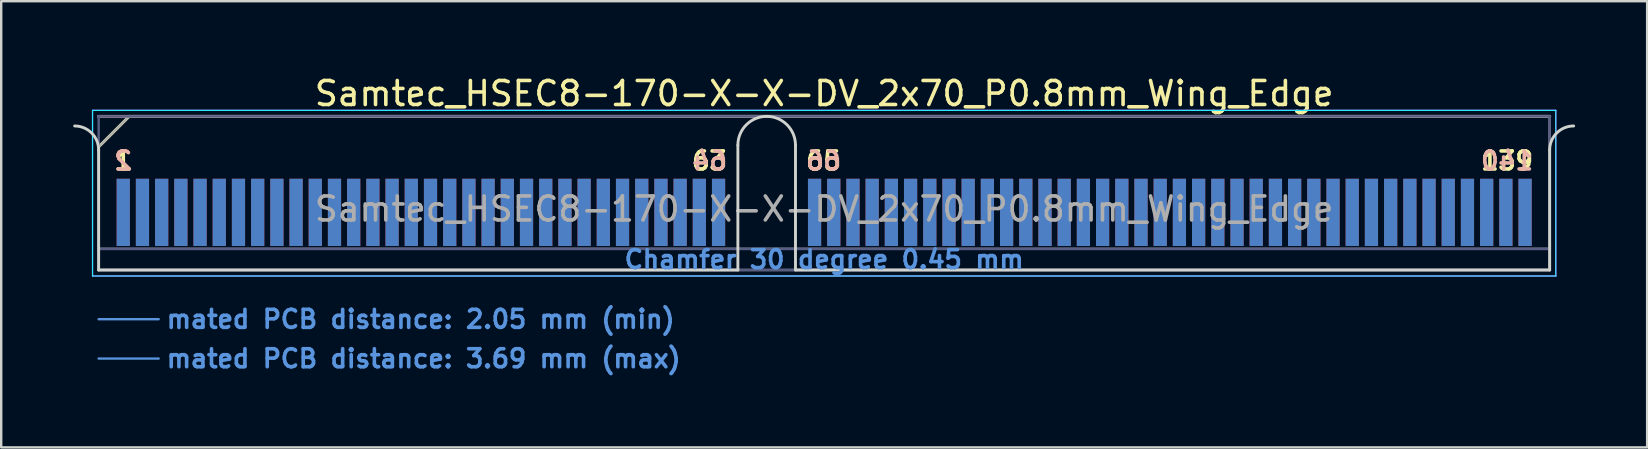
<source format=kicad_pcb>
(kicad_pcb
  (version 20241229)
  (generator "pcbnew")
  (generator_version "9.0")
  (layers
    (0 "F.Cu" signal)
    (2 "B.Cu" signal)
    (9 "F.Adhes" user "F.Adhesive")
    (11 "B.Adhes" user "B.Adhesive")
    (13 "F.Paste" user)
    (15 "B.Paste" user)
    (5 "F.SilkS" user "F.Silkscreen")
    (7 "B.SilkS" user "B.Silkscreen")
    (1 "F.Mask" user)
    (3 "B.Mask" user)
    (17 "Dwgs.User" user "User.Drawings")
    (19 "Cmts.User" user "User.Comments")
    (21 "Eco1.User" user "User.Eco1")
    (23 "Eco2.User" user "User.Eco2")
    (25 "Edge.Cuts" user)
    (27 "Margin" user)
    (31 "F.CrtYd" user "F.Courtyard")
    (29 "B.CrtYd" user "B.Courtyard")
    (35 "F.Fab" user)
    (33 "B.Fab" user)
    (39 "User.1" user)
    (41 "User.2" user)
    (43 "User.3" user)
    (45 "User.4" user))
  (footprint "Samtec_HSEC8-170-X-X-DV_2x70_P0.8mm_Wing_Edge"
    (layer "F.Cu")
    (at 31.285 8.198)
    (property "Reference" "Samtec_HSEC8-170-X-X-DV_2x70_P0.8mm_Wing_Edge" (at 0 -7.35 0) (layer "F.SilkS") (effects (font (size 1 1) (thickness 0.15))))
    (attr exclude_from_pos_files exclude_from_bom)
    (fp_line (start -30.225 -5.13) (end -28.955 -6.4) (stroke (width 0.12) (type solid)) (layer "F.SilkS"))
    (fp_line (start -28.955 -6.4) (end 30.225 -6.4) (stroke (width 0.12) (type solid)) (layer "F.SilkS"))
    (fp_line (start -30.225 -6.4) (end -30.225 -6.4) (stroke (width 0.12) (type solid)) (layer "B.SilkS"))
    (fp_line (start -30.225 -6.4) (end 30.225 -6.4) (stroke (width 0.12) (type solid)) (layer "B.SilkS"))
    (fp_line (start -30.225 2.05) (end -27.725 2.05) (stroke (width 0.1) (type solid)) (layer "Cmts.User"))
    (fp_line (start -30.225 3.69) (end -27.725 3.69) (stroke (width 0.1) (type solid)) (layer "Cmts.User"))
    (fp_line (start -30.225 -5) (end -30.225 0) (stroke (width 0.12) (type solid)) (layer "Edge.Cuts"))
    (fp_line (start -30.225 0) (end -3.595 0) (stroke (width 0.12) (type solid)) (layer "Edge.Cuts"))
    (fp_line (start -3.595 0) (end -3.595 -5.2) (stroke (width 0.12) (type solid)) (layer "Edge.Cuts"))
    (fp_line (start -1.195 -5.2) (end -1.195 0) (stroke (width 0.12) (type solid)) (layer "Edge.Cuts"))
    (fp_line (start -1.195 0) (end 30.225 0) (stroke (width 0.12) (type solid)) (layer "Edge.Cuts"))
    (fp_line (start 30.225 0) (end 30.225 -5) (stroke (width 0.12) (type solid)) (layer "Edge.Cuts"))
    (fp_arc (start -31.225 -6) (mid -30.517893 -5.707107) (end -30.225 -5) (stroke (width 0.12) (type solid)) (layer "Edge.Cuts"))
    (fp_arc (start -3.595 -5.2) (mid -2.395 -6.4) (end -1.195 -5.2) (stroke (width 0.12) (type solid)) (layer "Edge.Cuts"))
    (fp_arc (start 30.225 -5) (mid 30.517893 -5.707107) (end 31.225 -6) (stroke (width 0.12) (type solid)) (layer "Edge.Cuts"))
    (fp_line (start -30.48 -6.65) (end -30.48 0.25) (stroke (width 0.05) (type solid)) (layer "B.CrtYd"))
    (fp_line (start -30.48 0.25) (end 30.48 0.25) (stroke (width 0.05) (type solid)) (layer "B.CrtYd"))
    (fp_line (start 30.48 -6.65) (end -30.48 -6.65) (stroke (width 0.05) (type solid)) (layer "B.CrtYd"))
    (fp_line (start 30.48 0.25) (end 30.48 -6.65) (stroke (width 0.05) (type solid)) (layer "B.CrtYd"))
    (fp_line (start -30.48 -6.65) (end -30.48 0.25) (stroke (width 0.05) (type solid)) (layer "F.CrtYd"))
    (fp_line (start -30.48 0.25) (end 30.48 0.25) (stroke (width 0.05) (type solid)) (layer "F.CrtYd"))
    (fp_line (start 30.48 -6.65) (end -30.48 -6.65) (stroke (width 0.05) (type solid)) (layer "F.CrtYd"))
    (fp_line (start 30.48 0.25) (end 30.48 -6.65) (stroke (width 0.05) (type solid)) (layer "F.CrtYd"))
    (fp_line (start -30.225 -6.4) (end -30.225 -6.4) (stroke (width 0.1) (type solid)) (layer "B.Fab"))
    (fp_line (start -30.225 -6.4) (end -30.225 0) (stroke (width 0.1) (type solid)) (layer "B.Fab"))
    (fp_line (start -30.225 -6.4) (end 30.225 -6.4) (stroke (width 0.1) (type solid)) (layer "B.Fab"))
    (fp_line (start -30.225 -0.88) (end 30.225 -0.88) (stroke (width 0.1) (type solid)) (layer "B.Fab"))
    (fp_line (start -30.225 0) (end 30.225 0) (stroke (width 0.1) (type solid)) (layer "B.Fab"))
    (fp_line (start 30.225 -6.4) (end 30.225 0) (stroke (width 0.1) (type solid)) (layer "B.Fab"))
    (fp_line (start -30.225 -5.13) (end -30.225 0) (stroke (width 0.1) (type solid)) (layer "F.Fab"))
    (fp_line (start -30.225 -5.13) (end -28.955 -6.4) (stroke (width 0.1) (type solid)) (layer "F.Fab"))
    (fp_line (start -30.225 -0.88) (end 30.225 -0.88) (stroke (width 0.1) (type solid)) (layer "F.Fab"))
    (fp_line (start -30.225 0) (end 30.225 0) (stroke (width 0.1) (type solid)) (layer "F.Fab"))
    (fp_line (start -28.955 -6.4) (end 30.225 -6.4) (stroke (width 0.1) (type solid)) (layer "F.Fab"))
    (fp_line (start 30.225 -6.4) (end 30.225 0) (stroke (width 0.1) (type solid)) (layer "F.Fab"))
    (fp_text user "65" (at -0.025 -4.55 0) (layer "F.SilkS") (effects (font (size 0.75 0.75) (thickness 0.15))))
    (fp_text user "63" (at -4.775 -4.55 0) (layer "F.SilkS") (effects (font (size 0.75 0.75) (thickness 0.15))))
    (fp_text user "139" (at 28.45 -4.55 0) (layer "F.SilkS") (effects (font (size 0.75 0.75) (thickness 0.15))))
    (fp_text user "1" (at -29.2 -4.55 0) (layer "F.SilkS") (effects (font (size 0.75 0.75) (thickness 0.15))))
    (fp_text user "2" (at -29.2 -4.55 0) (layer "B.SilkS") (effects (font (size 0.75 0.75) (thickness 0.15)) (justify mirror)))
    (fp_text user "66" (at -0.025 -4.55 0) (layer "B.SilkS") (effects (font (size 0.75 0.75) (thickness 0.15)) (justify mirror)))
    (fp_text user "64" (at -4.775 -4.55 0) (layer "B.SilkS") (effects (font (size 0.75 0.75) (thickness 0.15)) (justify mirror)))
    (fp_text user "140" (at 28.45 -4.55 0) (layer "B.SilkS") (effects (font (size 0.75 0.75) (thickness 0.15)) (justify mirror)))
    (fp_text user "mated PCB distance: 3.69 mm (max)" (at -27.48 3.69 0) (layer "Cmts.User") (effects (font (size 0.75 0.75) (thickness 0.15)) (justify left)))
    (fp_text user "mated PCB distance: 2.05 mm (min)" (at -27.48 2.05 0) (layer "Cmts.User") (effects (font (size 0.75 0.75) (thickness 0.15)) (justify left)))
    (fp_text user "Chamfer 30 degree 0.45 mm" (at 0 -0.44 0) (layer "Cmts.User") (effects (font (size 0.75 0.75) (thickness 0.15))))
    (fp_text user "${REFERENCE}" (at 0 -2.54 0) (layer "F.Fab") (effects (font (size 1 1) (thickness 0.15))))
    (pad "1" connect rect (at -29.2 -2.4) (size 0.55 2.8) (layers "F.Cu" "F.Mask"))
    (pad "2" connect rect (at -29.2 -2.4) (size 0.55 2.8) (layers "B.Cu" "B.Mask"))
    (pad "3" connect rect (at -28.4 -2.4) (size 0.55 2.8) (layers "F.Cu" "F.Mask"))
    (pad "4" connect rect (at -28.4 -2.4) (size 0.55 2.8) (layers "B.Cu" "B.Mask"))
    (pad "5" connect rect (at -27.6 -2.4) (size 0.55 2.8) (layers "F.Cu" "F.Mask"))
    (pad "6" connect rect (at -27.6 -2.4) (size 0.55 2.8) (layers "B.Cu" "B.Mask"))
    (pad "7" connect rect (at -26.8 -2.4) (size 0.55 2.8) (layers "F.Cu" "F.Mask"))
    (pad "8" connect rect (at -26.8 -2.4) (size 0.55 2.8) (layers "B.Cu" "B.Mask"))
    (pad "9" connect rect (at -26 -2.4) (size 0.55 2.8) (layers "F.Cu" "F.Mask"))
    (pad "10" connect rect (at -26 -2.4) (size 0.55 2.8) (layers "B.Cu" "B.Mask"))
    (pad "11" connect rect (at -25.2 -2.4) (size 0.55 2.8) (layers "F.Cu" "F.Mask"))
    (pad "12" connect rect (at -25.2 -2.4) (size 0.55 2.8) (layers "B.Cu" "B.Mask"))
    (pad "13" connect rect (at -24.4 -2.4) (size 0.55 2.8) (layers "F.Cu" "F.Mask"))
    (pad "14" connect rect (at -24.4 -2.4) (size 0.55 2.8) (layers "B.Cu" "B.Mask"))
    (pad "15" connect rect (at -23.6 -2.4) (size 0.55 2.8) (layers "F.Cu" "F.Mask"))
    (pad "16" connect rect (at -23.6 -2.4) (size 0.55 2.8) (layers "B.Cu" "B.Mask"))
    (pad "17" connect rect (at -22.8 -2.4) (size 0.55 2.8) (layers "F.Cu" "F.Mask"))
    (pad "18" connect rect (at -22.8 -2.4) (size 0.55 2.8) (layers "B.Cu" "B.Mask"))
    (pad "19" connect rect (at -22 -2.4) (size 0.55 2.8) (layers "F.Cu" "F.Mask"))
    (pad "20" connect rect (at -22 -2.4) (size 0.55 2.8) (layers "B.Cu" "B.Mask"))
    (pad "21" connect rect (at -21.2 -2.4) (size 0.55 2.8) (layers "F.Cu" "F.Mask"))
    (pad "22" connect rect (at -21.2 -2.4) (size 0.55 2.8) (layers "B.Cu" "B.Mask"))
    (pad "23" connect rect (at -20.4 -2.4) (size 0.55 2.8) (layers "F.Cu" "F.Mask"))
    (pad "24" connect rect (at -20.4 -2.4) (size 0.55 2.8) (layers "B.Cu" "B.Mask"))
    (pad "25" connect rect (at -19.6 -2.4) (size 0.55 2.8) (layers "F.Cu" "F.Mask"))
    (pad "26" connect rect (at -19.6 -2.4) (size 0.55 2.8) (layers "B.Cu" "B.Mask"))
    (pad "27" connect rect (at -18.8 -2.4) (size 0.55 2.8) (layers "F.Cu" "F.Mask"))
    (pad "28" connect rect (at -18.8 -2.4) (size 0.55 2.8) (layers "B.Cu" "B.Mask"))
    (pad "29" connect rect (at -18 -2.4) (size 0.55 2.8) (layers "F.Cu" "F.Mask"))
    (pad "30" connect rect (at -18 -2.4) (size 0.55 2.8) (layers "B.Cu" "B.Mask"))
    (pad "31" connect rect (at -17.2 -2.4) (size 0.55 2.8) (layers "F.Cu" "F.Mask"))
    (pad "32" connect rect (at -17.2 -2.4) (size 0.55 2.8) (layers "B.Cu" "B.Mask"))
    (pad "33" connect rect (at -16.4 -2.4) (size 0.55 2.8) (layers "F.Cu" "F.Mask"))
    (pad "34" connect rect (at -16.4 -2.4) (size 0.55 2.8) (layers "B.Cu" "B.Mask"))
    (pad "35" connect rect (at -15.6 -2.4) (size 0.55 2.8) (layers "F.Cu" "F.Mask"))
    (pad "36" connect rect (at -15.6 -2.4) (size 0.55 2.8) (layers "B.Cu" "B.Mask"))
    (pad "37" connect rect (at -14.8 -2.4) (size 0.55 2.8) (layers "F.Cu" "F.Mask"))
    (pad "38" connect rect (at -14.8 -2.4) (size 0.55 2.8) (layers "B.Cu" "B.Mask"))
    (pad "39" connect rect (at -14 -2.4) (size 0.55 2.8) (layers "F.Cu" "F.Mask"))
    (pad "40" connect rect (at -14 -2.4) (size 0.55 2.8) (layers "B.Cu" "B.Mask"))
    (pad "41" connect rect (at -13.2 -2.4) (size 0.55 2.8) (layers "F.Cu" "F.Mask"))
    (pad "42" connect rect (at -13.2 -2.4) (size 0.55 2.8) (layers "B.Cu" "B.Mask"))
    (pad "43" connect rect (at -12.4 -2.4) (size 0.55 2.8) (layers "F.Cu" "F.Mask"))
    (pad "44" connect rect (at -12.4 -2.4) (size 0.55 2.8) (layers "B.Cu" "B.Mask"))
    (pad "45" connect rect (at -11.6 -2.4) (size 0.55 2.8) (layers "F.Cu" "F.Mask"))
    (pad "46" connect rect (at -11.6 -2.4) (size 0.55 2.8) (layers "B.Cu" "B.Mask"))
    (pad "47" connect rect (at -10.8 -2.4) (size 0.55 2.8) (layers "F.Cu" "F.Mask"))
    (pad "48" connect rect (at -10.8 -2.4) (size 0.55 2.8) (layers "B.Cu" "B.Mask"))
    (pad "49" connect rect (at -10 -2.4) (size 0.55 2.8) (layers "F.Cu" "F.Mask"))
    (pad "50" connect rect (at -10 -2.4) (size 0.55 2.8) (layers "B.Cu" "B.Mask"))
    (pad "51" connect rect (at -9.2 -2.4) (size 0.55 2.8) (layers "F.Cu" "F.Mask"))
    (pad "52" connect rect (at -9.2 -2.4) (size 0.55 2.8) (layers "B.Cu" "B.Mask"))
    (pad "53" connect rect (at -8.4 -2.4) (size 0.55 2.8) (layers "F.Cu" "F.Mask"))
    (pad "54" connect rect (at -8.4 -2.4) (size 0.55 2.8) (layers "B.Cu" "B.Mask"))
    (pad "55" connect rect (at -7.6 -2.4) (size 0.55 2.8) (layers "F.Cu" "F.Mask"))
    (pad "56" connect rect (at -7.6 -2.4) (size 0.55 2.8) (layers "B.Cu" "B.Mask"))
    (pad "57" connect rect (at -6.8 -2.4) (size 0.55 2.8) (layers "F.Cu" "F.Mask"))
    (pad "58" connect rect (at -6.8 -2.4) (size 0.55 2.8) (layers "B.Cu" "B.Mask"))
    (pad "59" connect rect (at -6 -2.4) (size 0.55 2.8) (layers "F.Cu" "F.Mask"))
    (pad "60" connect rect (at -6 -2.4) (size 0.55 2.8) (layers "B.Cu" "B.Mask"))
    (pad "61" connect rect (at -5.2 -2.4) (size 0.55 2.8) (layers "F.Cu" "F.Mask"))
    (pad "62" connect rect (at -5.2 -2.4) (size 0.55 2.8) (layers "B.Cu" "B.Mask"))
    (pad "63" connect rect (at -4.4 -2.4) (size 0.55 2.8) (layers "F.Cu" "F.Mask"))
    (pad "64" connect rect (at -4.4 -2.4) (size 0.55 2.8) (layers "B.Cu" "B.Mask"))
    (pad "65" connect rect (at -0.4 -2.4) (size 0.55 2.8) (layers "F.Cu" "F.Mask"))
    (pad "66" connect rect (at -0.4 -2.4) (size 0.55 2.8) (layers "B.Cu" "B.Mask"))
    (pad "67" connect rect (at 0.4 -2.4) (size 0.55 2.8) (layers "F.Cu" "F.Mask"))
    (pad "68" connect rect (at 0.4 -2.4) (size 0.55 2.8) (layers "B.Cu" "B.Mask"))
    (pad "69" connect rect (at 1.2 -2.4) (size 0.55 2.8) (layers "F.Cu" "F.Mask"))
    (pad "70" connect rect (at 1.2 -2.4) (size 0.55 2.8) (layers "B.Cu" "B.Mask"))
    (pad "71" connect rect (at 2 -2.4) (size 0.55 2.8) (layers "F.Cu" "F.Mask"))
    (pad "72" connect rect (at 2 -2.4) (size 0.55 2.8) (layers "B.Cu" "B.Mask"))
    (pad "73" connect rect (at 2.8 -2.4) (size 0.55 2.8) (layers "F.Cu" "F.Mask"))
    (pad "74" connect rect (at 2.8 -2.4) (size 0.55 2.8) (layers "B.Cu" "B.Mask"))
    (pad "75" connect rect (at 3.6 -2.4) (size 0.55 2.8) (layers "F.Cu" "F.Mask"))
    (pad "76" connect rect (at 3.6 -2.4) (size 0.55 2.8) (layers "B.Cu" "B.Mask"))
    (pad "77" connect rect (at 4.4 -2.4) (size 0.55 2.8) (layers "F.Cu" "F.Mask"))
    (pad "78" connect rect (at 4.4 -2.4) (size 0.55 2.8) (layers "B.Cu" "B.Mask"))
    (pad "79" connect rect (at 5.2 -2.4) (size 0.55 2.8) (layers "F.Cu" "F.Mask"))
    (pad "80" connect rect (at 5.2 -2.4) (size 0.55 2.8) (layers "B.Cu" "B.Mask"))
    (pad "81" connect rect (at 6 -2.4) (size 0.55 2.8) (layers "F.Cu" "F.Mask"))
    (pad "82" connect rect (at 6 -2.4) (size 0.55 2.8) (layers "B.Cu" "B.Mask"))
    (pad "83" connect rect (at 6.8 -2.4) (size 0.55 2.8) (layers "F.Cu" "F.Mask"))
    (pad "84" connect rect (at 6.8 -2.4) (size 0.55 2.8) (layers "B.Cu" "B.Mask"))
    (pad "85" connect rect (at 7.6 -2.4) (size 0.55 2.8) (layers "F.Cu" "F.Mask"))
    (pad "86" connect rect (at 7.6 -2.4) (size 0.55 2.8) (layers "B.Cu" "B.Mask"))
    (pad "87" connect rect (at 8.4 -2.4) (size 0.55 2.8) (layers "F.Cu" "F.Mask"))
    (pad "88" connect rect (at 8.4 -2.4) (size 0.55 2.8) (layers "B.Cu" "B.Mask"))
    (pad "89" connect rect (at 9.2 -2.4) (size 0.55 2.8) (layers "F.Cu" "F.Mask"))
    (pad "90" connect rect (at 9.2 -2.4) (size 0.55 2.8) (layers "B.Cu" "B.Mask"))
    (pad "91" connect rect (at 10 -2.4) (size 0.55 2.8) (layers "F.Cu" "F.Mask"))
    (pad "92" connect rect (at 10 -2.4) (size 0.55 2.8) (layers "B.Cu" "B.Mask"))
    (pad "93" connect rect (at 10.8 -2.4) (size 0.55 2.8) (layers "F.Cu" "F.Mask"))
    (pad "94" connect rect (at 10.8 -2.4) (size 0.55 2.8) (layers "B.Cu" "B.Mask"))
    (pad "95" connect rect (at 11.6 -2.4) (size 0.55 2.8) (layers "F.Cu" "F.Mask"))
    (pad "96" connect rect (at 11.6 -2.4) (size 0.55 2.8) (layers "B.Cu" "B.Mask"))
    (pad "97" connect rect (at 12.4 -2.4) (size 0.55 2.8) (layers "F.Cu" "F.Mask"))
    (pad "98" connect rect (at 12.4 -2.4) (size 0.55 2.8) (layers "B.Cu" "B.Mask"))
    (pad "99" connect rect (at 13.2 -2.4) (size 0.55 2.8) (layers "F.Cu" "F.Mask"))
    (pad "100" connect rect (at 13.2 -2.4) (size 0.55 2.8) (layers "B.Cu" "B.Mask"))
    (pad "101" connect rect (at 14 -2.4) (size 0.55 2.8) (layers "F.Cu" "F.Mask"))
    (pad "102" connect rect (at 14 -2.4) (size 0.55 2.8) (layers "B.Cu" "B.Mask"))
    (pad "103" connect rect (at 14.8 -2.4) (size 0.55 2.8) (layers "F.Cu" "F.Mask"))
    (pad "104" connect rect (at 14.8 -2.4) (size 0.55 2.8) (layers "B.Cu" "B.Mask"))
    (pad "105" connect rect (at 15.6 -2.4) (size 0.55 2.8) (layers "F.Cu" "F.Mask"))
    (pad "106" connect rect (at 15.6 -2.4) (size 0.55 2.8) (layers "B.Cu" "B.Mask"))
    (pad "107" connect rect (at 16.4 -2.4) (size 0.55 2.8) (layers "F.Cu" "F.Mask"))
    (pad "108" connect rect (at 16.4 -2.4) (size 0.55 2.8) (layers "B.Cu" "B.Mask"))
    (pad "109" connect rect (at 17.2 -2.4) (size 0.55 2.8) (layers "F.Cu" "F.Mask"))
    (pad "110" connect rect (at 17.2 -2.4) (size 0.55 2.8) (layers "B.Cu" "B.Mask"))
    (pad "111" connect rect (at 18 -2.4) (size 0.55 2.8) (layers "F.Cu" "F.Mask"))
    (pad "112" connect rect (at 18 -2.4) (size 0.55 2.8) (layers "B.Cu" "B.Mask"))
    (pad "113" connect rect (at 18.8 -2.4) (size 0.55 2.8) (layers "F.Cu" "F.Mask"))
    (pad "114" connect rect (at 18.8 -2.4) (size 0.55 2.8) (layers "B.Cu" "B.Mask"))
    (pad "115" connect rect (at 19.6 -2.4) (size 0.55 2.8) (layers "F.Cu" "F.Mask"))
    (pad "116" connect rect (at 19.6 -2.4) (size 0.55 2.8) (layers "B.Cu" "B.Mask"))
    (pad "117" connect rect (at 20.4 -2.4) (size 0.55 2.8) (layers "F.Cu" "F.Mask"))
    (pad "118" connect rect (at 20.4 -2.4) (size 0.55 2.8) (layers "B.Cu" "B.Mask"))
    (pad "119" connect rect (at 21.2 -2.4) (size 0.55 2.8) (layers "F.Cu" "F.Mask"))
    (pad "120" connect rect (at 21.2 -2.4) (size 0.55 2.8) (layers "B.Cu" "B.Mask"))
    (pad "121" connect rect (at 22 -2.4) (size 0.55 2.8) (layers "F.Cu" "F.Mask"))
    (pad "122" connect rect (at 22 -2.4) (size 0.55 2.8) (layers "B.Cu" "B.Mask"))
    (pad "123" connect rect (at 22.8 -2.4) (size 0.55 2.8) (layers "F.Cu" "F.Mask"))
    (pad "124" connect rect (at 22.8 -2.4) (size 0.55 2.8) (layers "B.Cu" "B.Mask"))
    (pad "125" connect rect (at 23.6 -2.4) (size 0.55 2.8) (layers "F.Cu" "F.Mask"))
    (pad "126" connect rect (at 23.6 -2.4) (size 0.55 2.8) (layers "B.Cu" "B.Mask"))
    (pad "127" connect rect (at 24.4 -2.4) (size 0.55 2.8) (layers "F.Cu" "F.Mask"))
    (pad "128" connect rect (at 24.4 -2.4) (size 0.55 2.8) (layers "B.Cu" "B.Mask"))
    (pad "129" connect rect (at 25.2 -2.4) (size 0.55 2.8) (layers "F.Cu" "F.Mask"))
    (pad "130" connect rect (at 25.2 -2.4) (size 0.55 2.8) (layers "B.Cu" "B.Mask"))
    (pad "131" connect rect (at 26 -2.4) (size 0.55 2.8) (layers "F.Cu" "F.Mask"))
    (pad "132" connect rect (at 26 -2.4) (size 0.55 2.8) (layers "B.Cu" "B.Mask"))
    (pad "133" connect rect (at 26.8 -2.4) (size 0.55 2.8) (layers "F.Cu" "F.Mask"))
    (pad "134" connect rect (at 26.8 -2.4) (size 0.55 2.8) (layers "B.Cu" "B.Mask"))
    (pad "135" connect rect (at 27.6 -2.4) (size 0.55 2.8) (layers "F.Cu" "F.Mask"))
    (pad "136" connect rect (at 27.6 -2.4) (size 0.55 2.8) (layers "B.Cu" "B.Mask"))
    (pad "137" connect rect (at 28.4 -2.4) (size 0.55 2.8) (layers "F.Cu" "F.Mask"))
    (pad "138" connect rect (at 28.4 -2.4) (size 0.55 2.8) (layers "B.Cu" "B.Mask"))
    (pad "139" connect rect (at 29.2 -2.4) (size 0.55 2.8) (layers "F.Cu" "F.Mask"))
    (pad "140" connect rect (at 29.2 -2.4) (size 0.55 2.8) (layers "B.Cu" "B.Mask")))
  (gr_rect
    (start -3 -3)
    (end 65.57 15.59)
    (stroke (width 0.1) (type default))
    (fill no)
    (layer "Edge.Cuts")))
</source>
